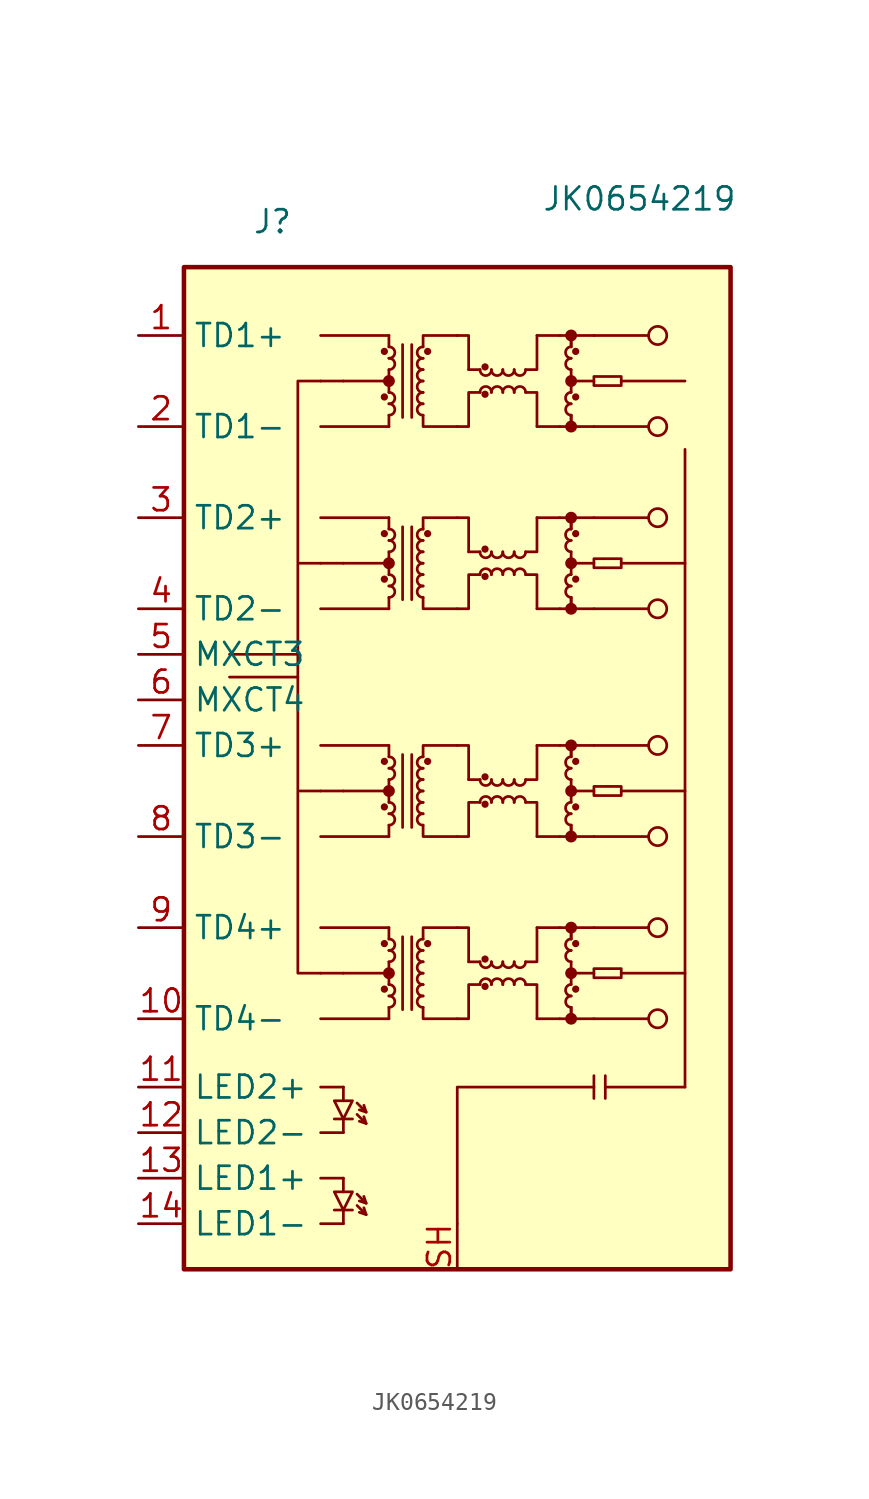
<source format=kicad_sym>
(kicad_symbol_lib
  (version 20201005)
  (generator kicad_symbol_editor)
  (symbol "Connector:JK0654219"
    (property "Reference" "J"
      (at -11.43 27.94 0)
      (effects (font (size 1.27 1.27)) (justify left)))
    (property "Value" "JK0654219"
      (at 10.16 29.21 0)
      (effects (font (size 1.27 1.27))))
    (symbol "JK0654219_0_1"
      (arc (start -3.81 -15.875) (end -3.81 -15.24) (radius (at -3.81 -15.5702) (length 0.3048) (angles -89.9 89.9)) (stroke (width 0)) (fill (type none)))
      (arc (start -3.81 -15.24) (end -3.81 -14.605) (radius (at -3.81 -14.9352) (length 0.3048) (angles -89.9 89.9)) (stroke (width 0)) (fill (type none)))
      (arc (start -3.81 -13.335) (end -3.81 -12.7) (radius (at -3.81 -13.0302) (length 0.3048) (angles -89.9 89.9)) (stroke (width 0)) (fill (type none)))
      (arc (start -3.81 -12.7) (end -3.81 -12.065) (radius (at -3.81 -12.3952) (length 0.3048) (angles -89.9 89.9)) (stroke (width 0)) (fill (type none)))
      (arc (start -3.81 -5.715) (end -3.81 -5.08) (radius (at -3.81 -5.4102) (length 0.3048) (angles -89.9 89.9)) (stroke (width 0)) (fill (type none)))
      (arc (start -3.81 -5.08) (end -3.81 -4.445) (radius (at -3.81 -4.7752) (length 0.3048) (angles -89.9 89.9)) (stroke (width 0)) (fill (type none)))
      (arc (start -3.81 -3.175) (end -3.81 -2.54) (radius (at -3.81 -2.8702) (length 0.3048) (angles -89.9 89.9)) (stroke (width 0)) (fill (type none)))
      (arc (start -3.81 -2.54) (end -3.81 -1.905) (radius (at -3.81 -2.2352) (length 0.3048) (angles -89.9 89.9)) (stroke (width 0)) (fill (type none)))
      (arc (start -3.81 6.985) (end -3.81 7.62) (radius (at -3.81 7.2898) (length 0.3048) (angles -89.9 89.9)) (stroke (width 0)) (fill (type none)))
      (arc (start -3.81 7.62) (end -3.81 8.255) (radius (at -3.81 7.9248) (length 0.3048) (angles -89.9 89.9)) (stroke (width 0)) (fill (type none)))
      (arc (start -3.81 9.525) (end -3.81 10.16) (radius (at -3.81 9.8298) (length 0.3048) (angles -89.9 89.9)) (stroke (width 0)) (fill (type none)))
      (arc (start -3.81 10.16) (end -3.81 10.795) (radius (at -3.81 10.4648) (length 0.3048) (angles -89.9 89.9)) (stroke (width 0)) (fill (type none)))
      (arc (start -3.81 17.145) (end -3.81 17.78) (radius (at -3.81 17.4498) (length 0.3048) (angles -89.9 89.9)) (stroke (width 0)) (fill (type none)))
      (arc (start -3.81 17.78) (end -3.81 18.415) (radius (at -3.81 18.0848) (length 0.3048) (angles -89.9 89.9)) (stroke (width 0)) (fill (type none)))
      (arc (start -3.81 19.685) (end -3.81 20.32) (radius (at -3.81 19.9898) (length 0.3048) (angles -89.9 89.9)) (stroke (width 0)) (fill (type none)))
      (arc (start -3.81 20.32) (end -3.81 20.955) (radius (at -3.81 20.6248) (length 0.3048) (angles -89.9 89.9)) (stroke (width 0)) (fill (type none)))
      (arc (start -1.905 -15.24) (end -1.905 -15.875) (radius (at -1.905 -15.5448) (length 0.3048) (angles 90.1 -90.1)) (stroke (width 0)) (fill (type none)))
      (arc (start -1.905 -14.605) (end -1.905 -15.24) (radius (at -1.905 -14.9098) (length 0.3048) (angles 90.1 -90.1)) (stroke (width 0)) (fill (type none)))
      (arc (start -1.905 -13.97) (end -1.905 -14.605) (radius (at -1.905 -14.2748) (length 0.3048) (angles 90.1 -90.1)) (stroke (width 0)) (fill (type none)))
      (arc (start -1.905 -13.335) (end -1.905 -13.97) (radius (at -1.905 -13.6398) (length 0.3048) (angles 90.1 -90.1)) (stroke (width 0)) (fill (type none)))
      (arc (start -1.905 -12.7) (end -1.905 -13.335) (radius (at -1.905 -13.0048) (length 0.3048) (angles 90.1 -90.1)) (stroke (width 0)) (fill (type none)))
      (arc (start -1.905 -12.065) (end -1.905 -12.7) (radius (at -1.905 -12.3698) (length 0.3048) (angles 90.1 -90.1)) (stroke (width 0)) (fill (type none)))
      (arc (start -1.905 -5.08) (end -1.905 -5.715) (radius (at -1.905 -5.3848) (length 0.3048) (angles 90.1 -90.1)) (stroke (width 0)) (fill (type none)))
      (arc (start -1.905 -4.445) (end -1.905 -5.08) (radius (at -1.905 -4.7498) (length 0.3048) (angles 90.1 -90.1)) (stroke (width 0)) (fill (type none)))
      (arc (start -1.905 -3.81) (end -1.905 -4.445) (radius (at -1.905 -4.1148) (length 0.3048) (angles 90.1 -90.1)) (stroke (width 0)) (fill (type none)))
      (arc (start -1.905 -3.175) (end -1.905 -3.81) (radius (at -1.905 -3.4798) (length 0.3048) (angles 90.1 -90.1)) (stroke (width 0)) (fill (type none)))
      (arc (start -1.905 -2.54) (end -1.905 -3.175) (radius (at -1.905 -2.8448) (length 0.3048) (angles 90.1 -90.1)) (stroke (width 0)) (fill (type none)))
      (arc (start -1.905 -1.905) (end -1.905 -2.54) (radius (at -1.905 -2.2098) (length 0.3048) (angles 90.1 -90.1)) (stroke (width 0)) (fill (type none)))
      (arc (start -1.905 7.62) (end -1.905 6.985) (radius (at -1.905 7.3152) (length 0.3048) (angles 90.1 -90.1)) (stroke (width 0)) (fill (type none)))
      (arc (start -1.905 8.255) (end -1.905 7.62) (radius (at -1.905 7.9502) (length 0.3048) (angles 90.1 -90.1)) (stroke (width 0)) (fill (type none)))
      (arc (start -1.905 8.89) (end -1.905 8.255) (radius (at -1.905 8.5852) (length 0.3048) (angles 90.1 -90.1)) (stroke (width 0)) (fill (type none)))
      (arc (start -1.905 9.525) (end -1.905 8.89) (radius (at -1.905 9.2202) (length 0.3048) (angles 90.1 -90.1)) (stroke (width 0)) (fill (type none)))
      (arc (start -1.905 10.16) (end -1.905 9.525) (radius (at -1.905 9.8552) (length 0.3048) (angles 90.1 -90.1)) (stroke (width 0)) (fill (type none)))
      (arc (start -1.905 10.795) (end -1.905 10.16) (radius (at -1.905 10.4902) (length 0.3048) (angles 90.1 -90.1)) (stroke (width 0)) (fill (type none)))
      (arc (start -1.905 17.78) (end -1.905 17.145) (radius (at -1.905 17.4752) (length 0.3048) (angles 90.1 -90.1)) (stroke (width 0)) (fill (type none)))
      (arc (start -1.905 18.415) (end -1.905 17.78) (radius (at -1.905 18.1102) (length 0.3048) (angles 90.1 -90.1)) (stroke (width 0)) (fill (type none)))
      (arc (start -1.905 19.05) (end -1.905 18.415) (radius (at -1.905 18.7452) (length 0.3048) (angles 90.1 -90.1)) (stroke (width 0)) (fill (type none)))
      (arc (start -1.905 19.685) (end -1.905 19.05) (radius (at -1.905 19.3802) (length 0.3048) (angles 90.1 -90.1)) (stroke (width 0)) (fill (type none)))
      (arc (start -1.905 20.32) (end -1.905 19.685) (radius (at -1.905 20.0152) (length 0.3048) (angles 90.1 -90.1)) (stroke (width 0)) (fill (type none)))
      (arc (start -1.905 20.955) (end -1.905 20.32) (radius (at -1.905 20.6502) (length 0.3048) (angles 90.1 -90.1)) (stroke (width 0)) (fill (type none)))
      (arc (start 1.27 -13.335) (end 1.905 -13.335) (radius (at 1.5748 -13.335) (length 0.3048) (angles -179.9 -0.1)) (stroke (width 0)) (fill (type none)))
      (arc (start 1.27 -3.175) (end 1.905 -3.175) (radius (at 1.5748 -3.175) (length 0.3048) (angles -179.9 -0.1)) (stroke (width 0)) (fill (type none)))
      (arc (start 1.27 9.525) (end 1.905 9.525) (radius (at 1.5748 9.525) (length 0.3048) (angles -179.9 -0.1)) (stroke (width 0)) (fill (type none)))
      (arc (start 1.27 19.685) (end 1.905 19.685) (radius (at 1.5748 19.685) (length 0.3048) (angles -179.9 -0.1)) (stroke (width 0)) (fill (type none)))
      (arc (start 1.905 -14.605) (end 1.27 -14.605) (radius (at 1.6002 -14.605) (length 0.3048) (angles 0.1 179.9)) (stroke (width 0)) (fill (type none)))
      (arc (start 1.905 -4.445) (end 1.27 -4.445) (radius (at 1.6002 -4.445) (length 0.3048) (angles 0.1 179.9)) (stroke (width 0)) (fill (type none)))
      (arc (start 1.905 8.255) (end 1.27 8.255) (radius (at 1.6002 8.255) (length 0.3048) (angles 0.1 179.9)) (stroke (width 0)) (fill (type none)))
      (arc (start 1.905 18.415) (end 1.27 18.415) (radius (at 1.6002 18.415) (length 0.3048) (angles 0.1 179.9)) (stroke (width 0)) (fill (type none)))
      (arc (start 1.905 -13.335) (end 2.54 -13.335) (radius (at 2.2098 -13.335) (length 0.3048) (angles -179.9 -0.1)) (stroke (width 0)) (fill (type none)))
      (arc (start 1.905 -3.175) (end 2.54 -3.175) (radius (at 2.2098 -3.175) (length 0.3048) (angles -179.9 -0.1)) (stroke (width 0)) (fill (type none)))
      (arc (start 1.905 9.525) (end 2.54 9.525) (radius (at 2.2098 9.525) (length 0.3048) (angles -179.9 -0.1)) (stroke (width 0)) (fill (type none)))
      (arc (start 1.905 19.685) (end 2.54 19.685) (radius (at 2.2098 19.685) (length 0.3048) (angles -179.9 -0.1)) (stroke (width 0)) (fill (type none)))
      (arc (start 2.54 -14.605) (end 1.905 -14.605) (radius (at 2.2352 -14.605) (length 0.3048) (angles 0.1 179.9)) (stroke (width 0)) (fill (type none)))
      (arc (start 2.54 -4.445) (end 1.905 -4.445) (radius (at 2.2352 -4.445) (length 0.3048) (angles 0.1 179.9)) (stroke (width 0)) (fill (type none)))
      (arc (start 2.54 8.255) (end 1.905 8.255) (radius (at 2.2352 8.255) (length 0.3048) (angles 0.1 179.9)) (stroke (width 0)) (fill (type none)))
      (arc (start 2.54 18.415) (end 1.905 18.415) (radius (at 2.2352 18.415) (length 0.3048) (angles 0.1 179.9)) (stroke (width 0)) (fill (type none)))
      (arc (start 2.54 -13.335) (end 3.175 -13.335) (radius (at 2.8448 -13.335) (length 0.3048) (angles -179.9 -0.1)) (stroke (width 0)) (fill (type none)))
      (arc (start 2.54 -3.175) (end 3.175 -3.175) (radius (at 2.8448 -3.175) (length 0.3048) (angles -179.9 -0.1)) (stroke (width 0)) (fill (type none)))
      (arc (start 2.54 9.525) (end 3.175 9.525) (radius (at 2.8448 9.525) (length 0.3048) (angles -179.9 -0.1)) (stroke (width 0)) (fill (type none)))
      (arc (start 2.54 19.685) (end 3.175 19.685) (radius (at 2.8448 19.685) (length 0.3048) (angles -179.9 -0.1)) (stroke (width 0)) (fill (type none)))
      (arc (start 3.175 -14.605) (end 2.54 -14.605) (radius (at 2.8702 -14.605) (length 0.3048) (angles 0.1 179.9)) (stroke (width 0)) (fill (type none)))
      (arc (start 3.175 -4.445) (end 2.54 -4.445) (radius (at 2.8702 -4.445) (length 0.3048) (angles 0.1 179.9)) (stroke (width 0)) (fill (type none)))
      (arc (start 3.175 8.255) (end 2.54 8.255) (radius (at 2.8702 8.255) (length 0.3048) (angles 0.1 179.9)) (stroke (width 0)) (fill (type none)))
      (arc (start 3.175 18.415) (end 2.54 18.415) (radius (at 2.8702 18.415) (length 0.3048) (angles 0.1 179.9)) (stroke (width 0)) (fill (type none)))
      (arc (start 3.175 -13.335) (end 3.81 -13.335) (radius (at 3.4798 -13.335) (length 0.3048) (angles -179.9 -0.1)) (stroke (width 0)) (fill (type none)))
      (arc (start 3.175 -3.175) (end 3.81 -3.175) (radius (at 3.4798 -3.175) (length 0.3048) (angles -179.9 -0.1)) (stroke (width 0)) (fill (type none)))
      (arc (start 3.175 9.525) (end 3.81 9.525) (radius (at 3.4798 9.525) (length 0.3048) (angles -179.9 -0.1)) (stroke (width 0)) (fill (type none)))
      (arc (start 3.175 19.685) (end 3.81 19.685) (radius (at 3.4798 19.685) (length 0.3048) (angles -179.9 -0.1)) (stroke (width 0)) (fill (type none)))
      (arc (start 3.81 -14.605) (end 3.175 -14.605) (radius (at 3.5052 -14.605) (length 0.3048) (angles 0.1 179.9)) (stroke (width 0)) (fill (type none)))
      (arc (start 3.81 -4.445) (end 3.175 -4.445) (radius (at 3.5052 -4.445) (length 0.3048) (angles 0.1 179.9)) (stroke (width 0)) (fill (type none)))
      (arc (start 3.81 8.255) (end 3.175 8.255) (radius (at 3.5052 8.255) (length 0.3048) (angles 0.1 179.9)) (stroke (width 0)) (fill (type none)))
      (arc (start 3.81 18.415) (end 3.175 18.415) (radius (at 3.5052 18.415) (length 0.3048) (angles 0.1 179.9)) (stroke (width 0)) (fill (type none)))
      (arc (start 6.35 -15.24) (end 6.35 -15.875) (radius (at 6.35 -15.5702) (length 0.3048) (angles 90.1 -90.1)) (stroke (width 0)) (fill (type none)))
      (arc (start 6.35 -14.605) (end 6.35 -15.24) (radius (at 6.35 -14.9352) (length 0.3048) (angles 90.1 -90.1)) (stroke (width 0)) (fill (type none)))
      (arc (start 6.35 -12.7) (end 6.35 -13.335) (radius (at 6.35 -13.0302) (length 0.3048) (angles 90.1 -90.1)) (stroke (width 0)) (fill (type none)))
      (arc (start 6.35 -12.065) (end 6.35 -12.7) (radius (at 6.35 -12.3952) (length 0.3048) (angles 90.1 -90.1)) (stroke (width 0)) (fill (type none)))
      (arc (start 6.35 -5.08) (end 6.35 -5.715) (radius (at 6.35 -5.4102) (length 0.3048) (angles 90.1 -90.1)) (stroke (width 0)) (fill (type none)))
      (arc (start 6.35 -4.445) (end 6.35 -5.08) (radius (at 6.35 -4.7752) (length 0.3048) (angles 90.1 -90.1)) (stroke (width 0)) (fill (type none)))
      (arc (start 6.35 -2.54) (end 6.35 -3.175) (radius (at 6.35 -2.8702) (length 0.3048) (angles 90.1 -90.1)) (stroke (width 0)) (fill (type none)))
      (arc (start 6.35 -1.905) (end 6.35 -2.54) (radius (at 6.35 -2.2352) (length 0.3048) (angles 90.1 -90.1)) (stroke (width 0)) (fill (type none)))
      (arc (start 6.35 7.62) (end 6.35 6.985) (radius (at 6.35 7.2898) (length 0.3048) (angles 90.1 -90.1)) (stroke (width 0)) (fill (type none)))
      (arc (start 6.35 8.255) (end 6.35 7.62) (radius (at 6.35 7.9248) (length 0.3048) (angles 90.1 -90.1)) (stroke (width 0)) (fill (type none)))
      (arc (start 6.35 10.16) (end 6.35 9.525) (radius (at 6.35 9.8298) (length 0.3048) (angles 90.1 -90.1)) (stroke (width 0)) (fill (type none)))
      (arc (start 6.35 10.795) (end 6.35 10.16) (radius (at 6.35 10.4648) (length 0.3048) (angles 90.1 -90.1)) (stroke (width 0)) (fill (type none)))
      (arc (start 6.35 17.78) (end 6.35 17.145) (radius (at 6.35 17.4498) (length 0.3048) (angles 90.1 -90.1)) (stroke (width 0)) (fill (type none)))
      (arc (start 6.35 18.415) (end 6.35 17.78) (radius (at 6.35 18.0848) (length 0.3048) (angles 90.1 -90.1)) (stroke (width 0)) (fill (type none)))
      (arc (start 6.35 20.32) (end 6.35 19.685) (radius (at 6.35 19.9898) (length 0.3048) (angles 90.1 -90.1)) (stroke (width 0)) (fill (type none)))
      (arc (start 6.35 20.955) (end 6.35 20.32) (radius (at 6.35 20.6248) (length 0.3048) (angles 90.1 -90.1)) (stroke (width 0)) (fill (type none)))
      (circle (center 11.176 -16.51) (radius 0.508) (stroke (width 0)) (fill (type none)))
      (circle (center 11.176 -11.43) (radius 0.508) (stroke (width 0)) (fill (type none)))
      (circle (center 11.176 -6.35) (radius 0.508) (stroke (width 0)) (fill (type none)))
      (circle (center 11.176 -1.27) (radius 0.508) (stroke (width 0)) (fill (type none)))
      (circle (center 11.176 6.35) (radius 0.508) (stroke (width 0)) (fill (type none)))
      (circle (center 11.176 11.43) (radius 0.508) (stroke (width 0)) (fill (type none)))
      (circle (center 11.176 16.51) (radius 0.508) (stroke (width 0)) (fill (type none)))
      (circle (center 11.176 21.59) (radius 0.508) (stroke (width 0)) (fill (type none)))
      (circle (center -4.064 -14.859) (radius 0.127) (stroke (width 0)) (fill (type outline)))
      (circle (center -4.064 -12.319) (radius 0.127) (stroke (width 0)) (fill (type outline)))
      (circle (center -4.064 -4.699) (radius 0.127) (stroke (width 0)) (fill (type outline)))
      (circle (center -4.064 -2.159) (radius 0.127) (stroke (width 0)) (fill (type outline)))
      (circle (center -4.064 8.001) (radius 0.127) (stroke (width 0)) (fill (type outline)))
      (circle (center -4.064 10.541) (radius 0.127) (stroke (width 0)) (fill (type outline)))
      (circle (center -4.064 18.161) (radius 0.127) (stroke (width 0)) (fill (type outline)))
      (circle (center -4.064 20.701) (radius 0.127) (stroke (width 0)) (fill (type outline)))
      (circle (center -3.81 -13.97) (radius 0.254) (stroke (width 0)) (fill (type outline)))
      (circle (center -3.81 -3.81) (radius 0.254) (stroke (width 0)) (fill (type outline)))
      (circle (center -3.81 8.89) (radius 0.254) (stroke (width 0)) (fill (type outline)))
      (circle (center -3.81 19.05) (radius 0.254) (stroke (width 0)) (fill (type outline)))
      (circle (center -1.651 -12.319) (radius 0.127) (stroke (width 0)) (fill (type outline)))
      (circle (center -1.651 -2.159) (radius 0.127) (stroke (width 0)) (fill (type outline)))
      (circle (center -1.651 10.541) (radius 0.127) (stroke (width 0)) (fill (type outline)))
      (circle (center -1.651 20.701) (radius 0.127) (stroke (width 0)) (fill (type outline)))
      (circle (center 1.549 -14.707) (radius 0.127) (stroke (width 0)) (fill (type outline)))
      (circle (center 1.549 -13.183) (radius 0.127) (stroke (width 0)) (fill (type outline)))
      (circle (center 1.549 -4.547) (radius 0.127) (stroke (width 0)) (fill (type outline)))
      (circle (center 1.549 -3.023) (radius 0.127) (stroke (width 0)) (fill (type outline)))
      (circle (center 1.549 8.153) (radius 0.127) (stroke (width 0)) (fill (type outline)))
      (circle (center 1.549 9.677) (radius 0.127) (stroke (width 0)) (fill (type outline)))
      (circle (center 1.549 18.313) (radius 0.127) (stroke (width 0)) (fill (type outline)))
      (circle (center 1.549 19.837) (radius 0.127) (stroke (width 0)) (fill (type outline)))
      (circle (center 6.35 -16.51) (radius 0.254) (stroke (width 0)) (fill (type outline)))
      (circle (center 6.35 -13.97) (radius 0.254) (stroke (width 0)) (fill (type outline)))
      (circle (center 6.35 -11.43) (radius 0.254) (stroke (width 0)) (fill (type outline)))
      (circle (center 6.35 -6.35) (radius 0.254) (stroke (width 0)) (fill (type outline)))
      (circle (center 6.35 -3.81) (radius 0.254) (stroke (width 0)) (fill (type outline)))
      (circle (center 6.35 -1.27) (radius 0.254) (stroke (width 0)) (fill (type outline)))
      (circle (center 6.35 6.35) (radius 0.254) (stroke (width 0)) (fill (type outline)))
      (circle (center 6.35 8.89) (radius 0.254) (stroke (width 0)) (fill (type outline)))
      (circle (center 6.35 11.43) (radius 0.254) (stroke (width 0)) (fill (type outline)))
      (circle (center 6.35 16.51) (radius 0.254) (stroke (width 0)) (fill (type outline)))
      (circle (center 6.35 19.05) (radius 0.254) (stroke (width 0)) (fill (type outline)))
      (circle (center 6.35 21.59) (radius 0.254) (stroke (width 0)) (fill (type outline)))
      (circle (center 6.604 -14.859) (radius 0.127) (stroke (width 0)) (fill (type outline)))
      (circle (center 6.604 -12.319) (radius 0.127) (stroke (width 0)) (fill (type outline)))
      (circle (center 6.604 -4.699) (radius 0.127) (stroke (width 0)) (fill (type outline)))
      (circle (center 6.604 -2.159) (radius 0.127) (stroke (width 0)) (fill (type outline)))
      (circle (center 6.604 8.001) (radius 0.127) (stroke (width 0)) (fill (type outline)))
      (circle (center 6.604 10.541) (radius 0.127) (stroke (width 0)) (fill (type outline)))
      (circle (center 6.604 18.161) (radius 0.127) (stroke (width 0)) (fill (type outline)))
      (circle (center 6.604 20.701) (radius 0.127) (stroke (width 0)) (fill (type outline)))
      (rectangle (start 7.62 -13.716) (end 9.144 -14.224) (stroke (width 0)) (fill (type none)))
      (rectangle (start 7.62 -3.556) (end 9.144 -4.064) (stroke (width 0)) (fill (type none)))
      (rectangle (start 7.62 9.144) (end 9.144 8.636) (stroke (width 0)) (fill (type none)))
      (rectangle (start 7.62 19.304) (end 9.144 18.796) (stroke (width 0)) (fill (type none)))
      (rectangle (start -15.24 25.4) (end 15.24 -30.48) (stroke (width 0.254)) (fill (type background)))
      (polyline (pts (xy -8.89 2.54) (xy -12.7 2.54)) (stroke (width 0.152)) (fill (type none)))
      (polyline (pts (xy -8.89 3.81) (xy -12.7 3.81)) (stroke (width 0.152)) (fill (type none)))
      (polyline (pts (xy -7.62 -16.51) (xy -3.81 -16.51)) (stroke (width 0)) (fill (type none)))
      (polyline (pts (xy -7.62 -13.97) (xy -6.35 -13.97)) (stroke (width 0)) (fill (type none)))
      (polyline (pts (xy -7.62 -11.43) (xy -3.81 -11.43)) (stroke (width 0)) (fill (type none)))
      (polyline (pts (xy -7.62 -6.35) (xy -3.81 -6.35)) (stroke (width 0)) (fill (type none)))
      (polyline (pts (xy -7.62 -3.81) (xy -6.35 -3.81)) (stroke (width 0)) (fill (type none)))
      (polyline (pts (xy -7.62 -1.27) (xy -3.81 -1.27)) (stroke (width 0)) (fill (type none)))
      (polyline (pts (xy -7.62 6.35) (xy -3.81 6.35)) (stroke (width 0)) (fill (type none)))
      (polyline (pts (xy -7.62 8.89) (xy -6.35 8.89)) (stroke (width 0)) (fill (type none)))
      (polyline (pts (xy -7.62 11.43) (xy -3.81 11.43)) (stroke (width 0)) (fill (type none)))
      (polyline (pts (xy -7.62 16.51) (xy -3.81 16.51)) (stroke (width 0)) (fill (type none)))
      (polyline (pts (xy -7.62 19.05) (xy -6.35 19.05)) (stroke (width 0)) (fill (type none)))
      (polyline (pts (xy -7.62 21.59) (xy -3.81 21.59)) (stroke (width 0)) (fill (type none)))
      (polyline (pts (xy -6.35 -13.97) (xy -3.81 -13.97)) (stroke (width 0)) (fill (type none)))
      (polyline (pts (xy -6.35 -3.81) (xy -3.81 -3.81)) (stroke (width 0)) (fill (type none)))
      (polyline (pts (xy -6.35 8.89) (xy -3.81 8.89)) (stroke (width 0)) (fill (type none)))
      (polyline (pts (xy -6.35 19.05) (xy -3.81 19.05)) (stroke (width 0)) (fill (type none)))
      (polyline (pts (xy -3.81 -16.51) (xy -3.81 -15.875)) (stroke (width 0)) (fill (type none)))
      (polyline (pts (xy -3.81 -13.97) (xy -3.81 -14.605)) (stroke (width 0)) (fill (type none)))
      (polyline (pts (xy -3.81 -13.97) (xy -3.81 -13.335)) (stroke (width 0)) (fill (type none)))
      (polyline (pts (xy -3.81 -11.43) (xy -3.81 -12.065)) (stroke (width 0)) (fill (type none)))
      (polyline (pts (xy -3.81 -6.35) (xy -3.81 -5.715)) (stroke (width 0)) (fill (type none)))
      (polyline (pts (xy -3.81 -3.81) (xy -3.81 -4.445)) (stroke (width 0)) (fill (type none)))
      (polyline (pts (xy -3.81 -3.81) (xy -3.81 -3.175)) (stroke (width 0)) (fill (type none)))
      (polyline (pts (xy -3.81 -1.27) (xy -3.81 -1.905)) (stroke (width 0)) (fill (type none)))
      (polyline (pts (xy -3.81 6.35) (xy -3.81 6.985)) (stroke (width 0)) (fill (type none)))
      (polyline (pts (xy -3.81 8.89) (xy -3.81 8.255)) (stroke (width 0)) (fill (type none)))
      (polyline (pts (xy -3.81 8.89) (xy -3.81 9.525)) (stroke (width 0)) (fill (type none)))
      (polyline (pts (xy -3.81 11.43) (xy -3.81 10.795)) (stroke (width 0)) (fill (type none)))
      (polyline (pts (xy -3.81 16.51) (xy -3.81 17.145)) (stroke (width 0)) (fill (type none)))
      (polyline (pts (xy -3.81 19.05) (xy -3.81 18.415)) (stroke (width 0)) (fill (type none)))
      (polyline (pts (xy -3.81 19.05) (xy -3.81 19.685)) (stroke (width 0)) (fill (type none)))
      (polyline (pts (xy -3.81 21.59) (xy -3.81 20.955)) (stroke (width 0)) (fill (type none)))
      (polyline (pts (xy -3.048 -16.002) (xy -3.048 -11.938)) (stroke (width 0)) (fill (type none)))
      (polyline (pts (xy -3.048 -5.842) (xy -3.048 -1.778)) (stroke (width 0)) (fill (type none)))
      (polyline (pts (xy -3.048 6.858) (xy -3.048 10.922)) (stroke (width 0)) (fill (type none)))
      (polyline (pts (xy -3.048 17.018) (xy -3.048 21.082)) (stroke (width 0)) (fill (type none)))
      (polyline (pts (xy -2.54 -16.002) (xy -2.54 -11.938)) (stroke (width 0)) (fill (type none)))
      (polyline (pts (xy -2.54 -5.842) (xy -2.54 -1.778)) (stroke (width 0)) (fill (type none)))
      (polyline (pts (xy -2.54 6.858) (xy -2.54 10.922)) (stroke (width 0)) (fill (type none)))
      (polyline (pts (xy -2.54 17.018) (xy -2.54 21.082)) (stroke (width 0)) (fill (type none)))
      (polyline (pts (xy 0.635 -13.335) (xy 1.27 -13.335)) (stroke (width 0)) (fill (type none)))
      (polyline (pts (xy 0.635 -3.175) (xy 1.27 -3.175)) (stroke (width 0)) (fill (type none)))
      (polyline (pts (xy 0.635 9.525) (xy 1.27 9.525)) (stroke (width 0)) (fill (type none)))
      (polyline (pts (xy 0.635 19.685) (xy 1.27 19.685)) (stroke (width 0)) (fill (type none)))
      (polyline (pts (xy 4.445 -16.51) (xy 5.715 -16.51)) (stroke (width 0)) (fill (type none)))
      (polyline (pts (xy 4.445 -11.43) (xy 5.715 -11.43)) (stroke (width 0)) (fill (type none)))
      (polyline (pts (xy 4.445 -6.35) (xy 5.715 -6.35)) (stroke (width 0)) (fill (type none)))
      (polyline (pts (xy 4.445 -1.27) (xy 5.715 -1.27)) (stroke (width 0)) (fill (type none)))
      (polyline (pts (xy 4.445 6.35) (xy 5.715 6.35)) (stroke (width 0)) (fill (type none)))
      (polyline (pts (xy 4.445 11.43) (xy 5.715 11.43)) (stroke (width 0)) (fill (type none)))
      (polyline (pts (xy 4.445 16.51) (xy 5.715 16.51)) (stroke (width 0)) (fill (type none)))
      (polyline (pts (xy 4.445 21.59) (xy 5.715 21.59)) (stroke (width 0)) (fill (type none)))
      (polyline (pts (xy 6.35 -16.51) (xy 6.35 -15.875)) (stroke (width 0)) (fill (type none)))
      (polyline (pts (xy 6.35 -13.97) (xy 6.35 -14.605)) (stroke (width 0)) (fill (type none)))
      (polyline (pts (xy 6.35 -13.97) (xy 6.35 -13.335)) (stroke (width 0)) (fill (type none)))
      (polyline (pts (xy 6.35 -11.43) (xy 6.35 -12.065)) (stroke (width 0)) (fill (type none)))
      (polyline (pts (xy 6.35 -6.35) (xy 6.35 -5.715)) (stroke (width 0)) (fill (type none)))
      (polyline (pts (xy 6.35 -3.81) (xy 6.35 -4.445)) (stroke (width 0)) (fill (type none)))
      (polyline (pts (xy 6.35 -3.81) (xy 6.35 -3.175)) (stroke (width 0)) (fill (type none)))
      (polyline (pts (xy 6.35 -1.27) (xy 6.35 -1.905)) (stroke (width 0)) (fill (type none)))
      (polyline (pts (xy 6.35 6.35) (xy 6.35 6.985)) (stroke (width 0)) (fill (type none)))
      (polyline (pts (xy 6.35 8.89) (xy 6.35 8.255)) (stroke (width 0)) (fill (type none)))
      (polyline (pts (xy 6.35 8.89) (xy 6.35 9.525)) (stroke (width 0)) (fill (type none)))
      (polyline (pts (xy 6.35 11.43) (xy 6.35 10.795)) (stroke (width 0)) (fill (type none)))
      (polyline (pts (xy 6.35 16.51) (xy 6.35 17.145)) (stroke (width 0)) (fill (type none)))
      (polyline (pts (xy 6.35 19.05) (xy 6.35 18.415)) (stroke (width 0)) (fill (type none)))
      (polyline (pts (xy 6.35 19.05) (xy 6.35 19.685)) (stroke (width 0)) (fill (type none)))
      (polyline (pts (xy 6.35 21.59) (xy 6.35 20.955)) (stroke (width 0)) (fill (type none)))
      (polyline (pts (xy 7.62 -20.955) (xy 7.62 -19.685)) (stroke (width 0)) (fill (type none)))
      (polyline (pts (xy 7.62 -16.51) (xy 6.35 -16.51)) (stroke (width 0)) (fill (type none)))
      (polyline (pts (xy 7.62 -16.51) (xy 10.668 -16.51)) (stroke (width 0)) (fill (type none)))
      (polyline (pts (xy 7.62 -13.97) (xy 6.35 -13.97)) (stroke (width 0)) (fill (type none)))
      (polyline (pts (xy 7.62 -11.43) (xy 6.35 -11.43)) (stroke (width 0)) (fill (type none)))
      (polyline (pts (xy 7.62 -11.43) (xy 10.668 -11.43)) (stroke (width 0)) (fill (type none)))
      (polyline (pts (xy 7.62 -6.35) (xy 6.35 -6.35)) (stroke (width 0)) (fill (type none)))
      (polyline (pts (xy 7.62 -6.35) (xy 10.668 -6.35)) (stroke (width 0)) (fill (type none)))
      (polyline (pts (xy 7.62 -3.81) (xy 6.35 -3.81)) (stroke (width 0)) (fill (type none)))
      (polyline (pts (xy 7.62 -1.27) (xy 6.35 -1.27)) (stroke (width 0)) (fill (type none)))
      (polyline (pts (xy 7.62 -1.27) (xy 10.668 -1.27)) (stroke (width 0)) (fill (type none)))
      (polyline (pts (xy 7.62 6.35) (xy 6.35 6.35)) (stroke (width 0)) (fill (type none)))
      (polyline (pts (xy 7.62 6.35) (xy 10.668 6.35)) (stroke (width 0)) (fill (type none)))
      (polyline (pts (xy 7.62 8.89) (xy 6.35 8.89)) (stroke (width 0)) (fill (type none)))
      (polyline (pts (xy 7.62 11.43) (xy 6.35 11.43)) (stroke (width 0)) (fill (type none)))
      (polyline (pts (xy 7.62 11.43) (xy 10.668 11.43)) (stroke (width 0)) (fill (type none)))
      (polyline (pts (xy 7.62 16.51) (xy 6.35 16.51)) (stroke (width 0)) (fill (type none)))
      (polyline (pts (xy 7.62 16.51) (xy 10.668 16.51)) (stroke (width 0)) (fill (type none)))
      (polyline (pts (xy 7.62 19.05) (xy 6.35 19.05)) (stroke (width 0)) (fill (type none)))
      (polyline (pts (xy 7.62 21.59) (xy 6.35 21.59)) (stroke (width 0)) (fill (type none)))
      (polyline (pts (xy 7.62 21.59) (xy 10.668 21.59)) (stroke (width 0)) (fill (type none)))
      (polyline (pts (xy 8.255 -20.32) (xy 8.255 -20.955)) (stroke (width 0)) (fill (type none)))
      (polyline (pts (xy 8.255 -20.32) (xy 8.255 -19.685)) (stroke (width 0)) (fill (type none)))
      (polyline (pts (xy 8.255 -20.32) (xy 12.7 -20.32)) (stroke (width 0)) (fill (type none)))
      (polyline (pts (xy 9.144 -13.97) (xy 12.7 -13.97)) (stroke (width 0)) (fill (type none)))
      (polyline (pts (xy 9.144 -3.81) (xy 12.7 -3.81)) (stroke (width 0)) (fill (type none)))
      (polyline (pts (xy 9.144 8.89) (xy 12.7 8.89)) (stroke (width 0)) (fill (type none)))
      (polyline (pts (xy 12.7 -20.32) (xy 12.7 15.24)) (stroke (width 0)) (fill (type none)))
      (polyline (pts (xy 12.7 19.05) (xy 9.144 19.05)) (stroke (width 0)) (fill (type none)))
      (polyline (pts (xy -1.905 -15.875) (xy -1.905 -16.51) (xy 0 -16.51)) (stroke (width 0)) (fill (type none)))
      (polyline (pts (xy -1.905 -12.065) (xy -1.905 -11.43) (xy 0 -11.43)) (stroke (width 0)) (fill (type none)))
      (polyline (pts (xy -1.905 -5.715) (xy -1.905 -6.35) (xy 0 -6.35)) (stroke (width 0)) (fill (type none)))
      (polyline (pts (xy -1.905 -1.905) (xy -1.905 -1.27) (xy 0 -1.27)) (stroke (width 0)) (fill (type none)))
      (polyline (pts (xy -1.905 6.985) (xy -1.905 6.35) (xy 0 6.35)) (stroke (width 0)) (fill (type none)))
      (polyline (pts (xy -1.905 10.795) (xy -1.905 11.43) (xy 0 11.43)) (stroke (width 0)) (fill (type none)))
      (polyline (pts (xy -1.905 17.145) (xy -1.905 16.51) (xy 0 16.51)) (stroke (width 0)) (fill (type none)))
      (polyline (pts (xy -1.905 20.955) (xy -1.905 21.59) (xy 0 21.59)) (stroke (width 0)) (fill (type none)))
      (polyline (pts (xy 0 -11.43) (xy 0.635 -11.43) (xy 0.635 -13.335)) (stroke (width 0)) (fill (type none)))
      (polyline (pts (xy 0 -1.27) (xy 0.635 -1.27) (xy 0.635 -3.175)) (stroke (width 0)) (fill (type none)))
      (polyline (pts (xy 0 11.43) (xy 0.635 11.43) (xy 0.635 9.525)) (stroke (width 0)) (fill (type none)))
      (polyline (pts (xy 0 21.59) (xy 0.635 21.59) (xy 0.635 19.685)) (stroke (width 0)) (fill (type none)))
      (polyline (pts (xy 3.81 -14.605) (xy 4.445 -14.605) (xy 4.445 -16.51)) (stroke (width 0)) (fill (type none)))
      (polyline (pts (xy 3.81 -13.335) (xy 4.445 -13.335) (xy 4.445 -11.43)) (stroke (width 0)) (fill (type none)))
      (polyline (pts (xy 3.81 -4.445) (xy 4.445 -4.445) (xy 4.445 -6.35)) (stroke (width 0)) (fill (type none)))
      (polyline (pts (xy 3.81 -3.175) (xy 4.445 -3.175) (xy 4.445 -1.27)) (stroke (width 0)) (fill (type none)))
      (polyline (pts (xy 3.81 8.255) (xy 4.445 8.255) (xy 4.445 6.35)) (stroke (width 0)) (fill (type none)))
      (polyline (pts (xy 3.81 9.525) (xy 4.445 9.525) (xy 4.445 11.43)) (stroke (width 0)) (fill (type none)))
      (polyline (pts (xy 3.81 18.415) (xy 4.445 18.415) (xy 4.445 16.51)) (stroke (width 0)) (fill (type none)))
      (polyline (pts (xy 3.81 19.685) (xy 4.445 19.685) (xy 4.445 21.59)) (stroke (width 0)) (fill (type none)))
      (polyline (pts (xy 5.715 -16.51) (xy 6.35 -16.51) (xy 6.35 -15.875)) (stroke (width 0)) (fill (type none)))
      (polyline (pts (xy 5.715 -11.43) (xy 6.35 -11.43) (xy 6.35 -12.065)) (stroke (width 0)) (fill (type none)))
      (polyline (pts (xy 5.715 -6.35) (xy 6.35 -6.35) (xy 6.35 -5.715)) (stroke (width 0)) (fill (type none)))
      (polyline (pts (xy 5.715 -1.27) (xy 6.35 -1.27) (xy 6.35 -1.905)) (stroke (width 0)) (fill (type none)))
      (polyline (pts (xy 5.715 6.35) (xy 6.35 6.35) (xy 6.35 6.985)) (stroke (width 0)) (fill (type none)))
      (polyline (pts (xy 5.715 11.43) (xy 6.35 11.43) (xy 6.35 10.795)) (stroke (width 0)) (fill (type none)))
      (polyline (pts (xy 5.715 16.51) (xy 6.35 16.51) (xy 6.35 17.145)) (stroke (width 0)) (fill (type none)))
      (polyline (pts (xy 5.715 21.59) (xy 6.35 21.59) (xy 6.35 20.955)) (stroke (width 0)) (fill (type none)))
      (polyline (pts (xy 7.62 -20.32) (xy 0 -20.32) (xy 0 -27.94)) (stroke (width 0)) (fill (type none)))
      (polyline (pts (xy 0 -16.51) (xy 0.635 -16.51) (xy 0.635 -14.605) (xy 1.27 -14.605)) (stroke (width 0)) (fill (type none)))
      (polyline (pts (xy 0 -6.35) (xy 0.635 -6.35) (xy 0.635 -4.445) (xy 1.27 -4.445)) (stroke (width 0)) (fill (type none)))
      (polyline (pts (xy 0 6.35) (xy 0.635 6.35) (xy 0.635 8.255) (xy 1.27 8.255)) (stroke (width 0)) (fill (type none)))
      (polyline (pts (xy 0 16.51) (xy 0.635 16.51) (xy 0.635 18.415) (xy 1.27 18.415)) (stroke (width 0)) (fill (type none)))
      (polyline (pts (xy -7.62 19.05) (xy -8.89 19.05) (xy -8.89 8.89) (xy -7.62 8.89) (xy -8.89 8.89) (xy -8.89 -3.81) (xy -7.62 -3.81) (xy -8.89 -3.81) (xy -8.89 -13.97) (xy -7.62 -13.97) (xy -8.89 -13.97)) (stroke (width 0.152)) (fill (type none))))
    (symbol "JK0654219_1_1"
      (polyline (pts (xy -7.62 -27.94) (xy -6.35 -27.94)) (stroke (width 0)) (fill (type none)))
      (polyline (pts (xy -7.62 -25.4) (xy -6.35 -25.4)) (stroke (width 0)) (fill (type none)))
      (polyline (pts (xy -7.62 -22.86) (xy -6.35 -22.86)) (stroke (width 0)) (fill (type none)))
      (polyline (pts (xy -7.62 -20.32) (xy -6.35 -20.32)) (stroke (width 0)) (fill (type none)))
      (polyline (pts (xy -6.858 -27.178) (xy -5.842 -27.178)) (stroke (width 0)) (fill (type none)))
      (polyline (pts (xy -6.858 -22.098) (xy -5.842 -22.098)) (stroke (width 0)) (fill (type none)))
      (polyline (pts (xy -6.35 -27.94) (xy -6.35 -27.178)) (stroke (width 0)) (fill (type none)))
      (polyline (pts (xy -6.35 -25.4) (xy -6.35 -26.162)) (stroke (width 0)) (fill (type none)))
      (polyline (pts (xy -6.35 -22.86) (xy -6.35 -22.098)) (stroke (width 0)) (fill (type none)))
      (polyline (pts (xy -6.35 -20.32) (xy -6.35 -21.082)) (stroke (width 0)) (fill (type none)))
      (polyline (pts (xy -5.08 -27.432) (xy -5.207 -27.051)) (stroke (width 0)) (fill (type none)))
      (polyline (pts (xy -5.08 -26.797) (xy -5.207 -26.416)) (stroke (width 0)) (fill (type none)))
      (polyline (pts (xy -5.08 -22.352) (xy -5.207 -21.971)) (stroke (width 0)) (fill (type none)))
      (polyline (pts (xy -5.08 -21.717) (xy -5.207 -21.336)) (stroke (width 0)) (fill (type none)))
      (polyline (pts (xy -5.588 -26.924) (xy -5.08 -27.432) (xy -5.461 -27.305)) (stroke (width 0)) (fill (type none)))
      (polyline (pts (xy -5.588 -26.289) (xy -5.08 -26.797) (xy -5.461 -26.67)) (stroke (width 0)) (fill (type none)))
      (polyline (pts (xy -5.588 -21.844) (xy -5.08 -22.352) (xy -5.461 -22.225)) (stroke (width 0)) (fill (type none)))
      (polyline (pts (xy -5.588 -21.209) (xy -5.08 -21.717) (xy -5.461 -21.59)) (stroke (width 0)) (fill (type none)))
      (polyline (pts (xy -6.35 -27.178) (xy -6.858 -26.162) (xy -5.842 -26.162) (xy -6.35 -27.178)) (stroke (width 0)) (fill (type none)))
      (polyline (pts (xy -6.35 -22.098) (xy -6.858 -21.082) (xy -5.842 -21.082) (xy -6.35 -22.098)) (stroke (width 0)) (fill (type none)))
      (pin passive line (at -17.78 21.59 0) (length 2.54) (name "TD1+" (effects (font (size 1.27 1.27)))) (number "1" (effects (font (size 1.27 1.27)))))
      (pin passive line (at -17.78 -16.51 0) (length 2.54) (name "TD4-" (effects (font (size 1.27 1.27)))) (number "10" (effects (font (size 1.27 1.27)))))
      (pin passive line (at -17.78 -20.32 0) (length 2.54) (name "LED2+" (effects (font (size 1.27 1.27)))) (number "11" (effects (font (size 1.27 1.27)))))
      (pin passive line (at -17.78 -22.86 0) (length 2.54) (name "LED2-" (effects (font (size 1.27 1.27)))) (number "12" (effects (font (size 1.27 1.27)))))
      (pin passive line (at -17.78 -25.4 0) (length 2.54) (name "LED1+" (effects (font (size 1.27 1.27)))) (number "13" (effects (font (size 1.27 1.27)))))
      (pin passive line (at -17.78 -27.94 0) (length 2.54) (name "LED1-" (effects (font (size 1.27 1.27)))) (number "14" (effects (font (size 1.27 1.27)))))
      (pin passive line (at -17.78 16.51 0) (length 2.54) (name "TD1-" (effects (font (size 1.27 1.27)))) (number "2" (effects (font (size 1.27 1.27)))))
      (pin passive line (at -17.78 11.43 0) (length 2.54) (name "TD2+" (effects (font (size 1.27 1.27)))) (number "3" (effects (font (size 1.27 1.27)))))
      (pin passive line (at -17.78 6.35 0) (length 2.54) (name "TD2-" (effects (font (size 1.27 1.27)))) (number "4" (effects (font (size 1.27 1.27)))))
      (pin passive line (at -17.78 3.81 0) (length 2.54) (name "MXCT3" (effects (font (size 1.27 1.27)))) (number "5" (effects (font (size 1.27 1.27)))))
      (pin passive line (at -17.78 1.27 0) (length 2.54) (name "MXCT4" (effects (font (size 1.27 1.27)))) (number "6" (effects (font (size 1.27 1.27)))))
      (pin passive line (at -17.78 -1.27 0) (length 2.54) (name "TD3+" (effects (font (size 1.27 1.27)))) (number "7" (effects (font (size 1.27 1.27)))))
      (pin passive line (at -17.78 -6.35 0) (length 2.54) (name "TD3-" (effects (font (size 1.27 1.27)))) (number "8" (effects (font (size 1.27 1.27)))))
      (pin passive line (at -17.78 -11.43 0) (length 2.54) (name "TD4+" (effects (font (size 1.27 1.27)))) (number "9" (effects (font (size 1.27 1.27)))))
      (pin passive line (at 0 -30.48 90) (length 2.54) (name "~" (effects (font (size 1.27 1.27)))) (number "SH" (effects (font (size 1.27 1.27))))))))
</source>
